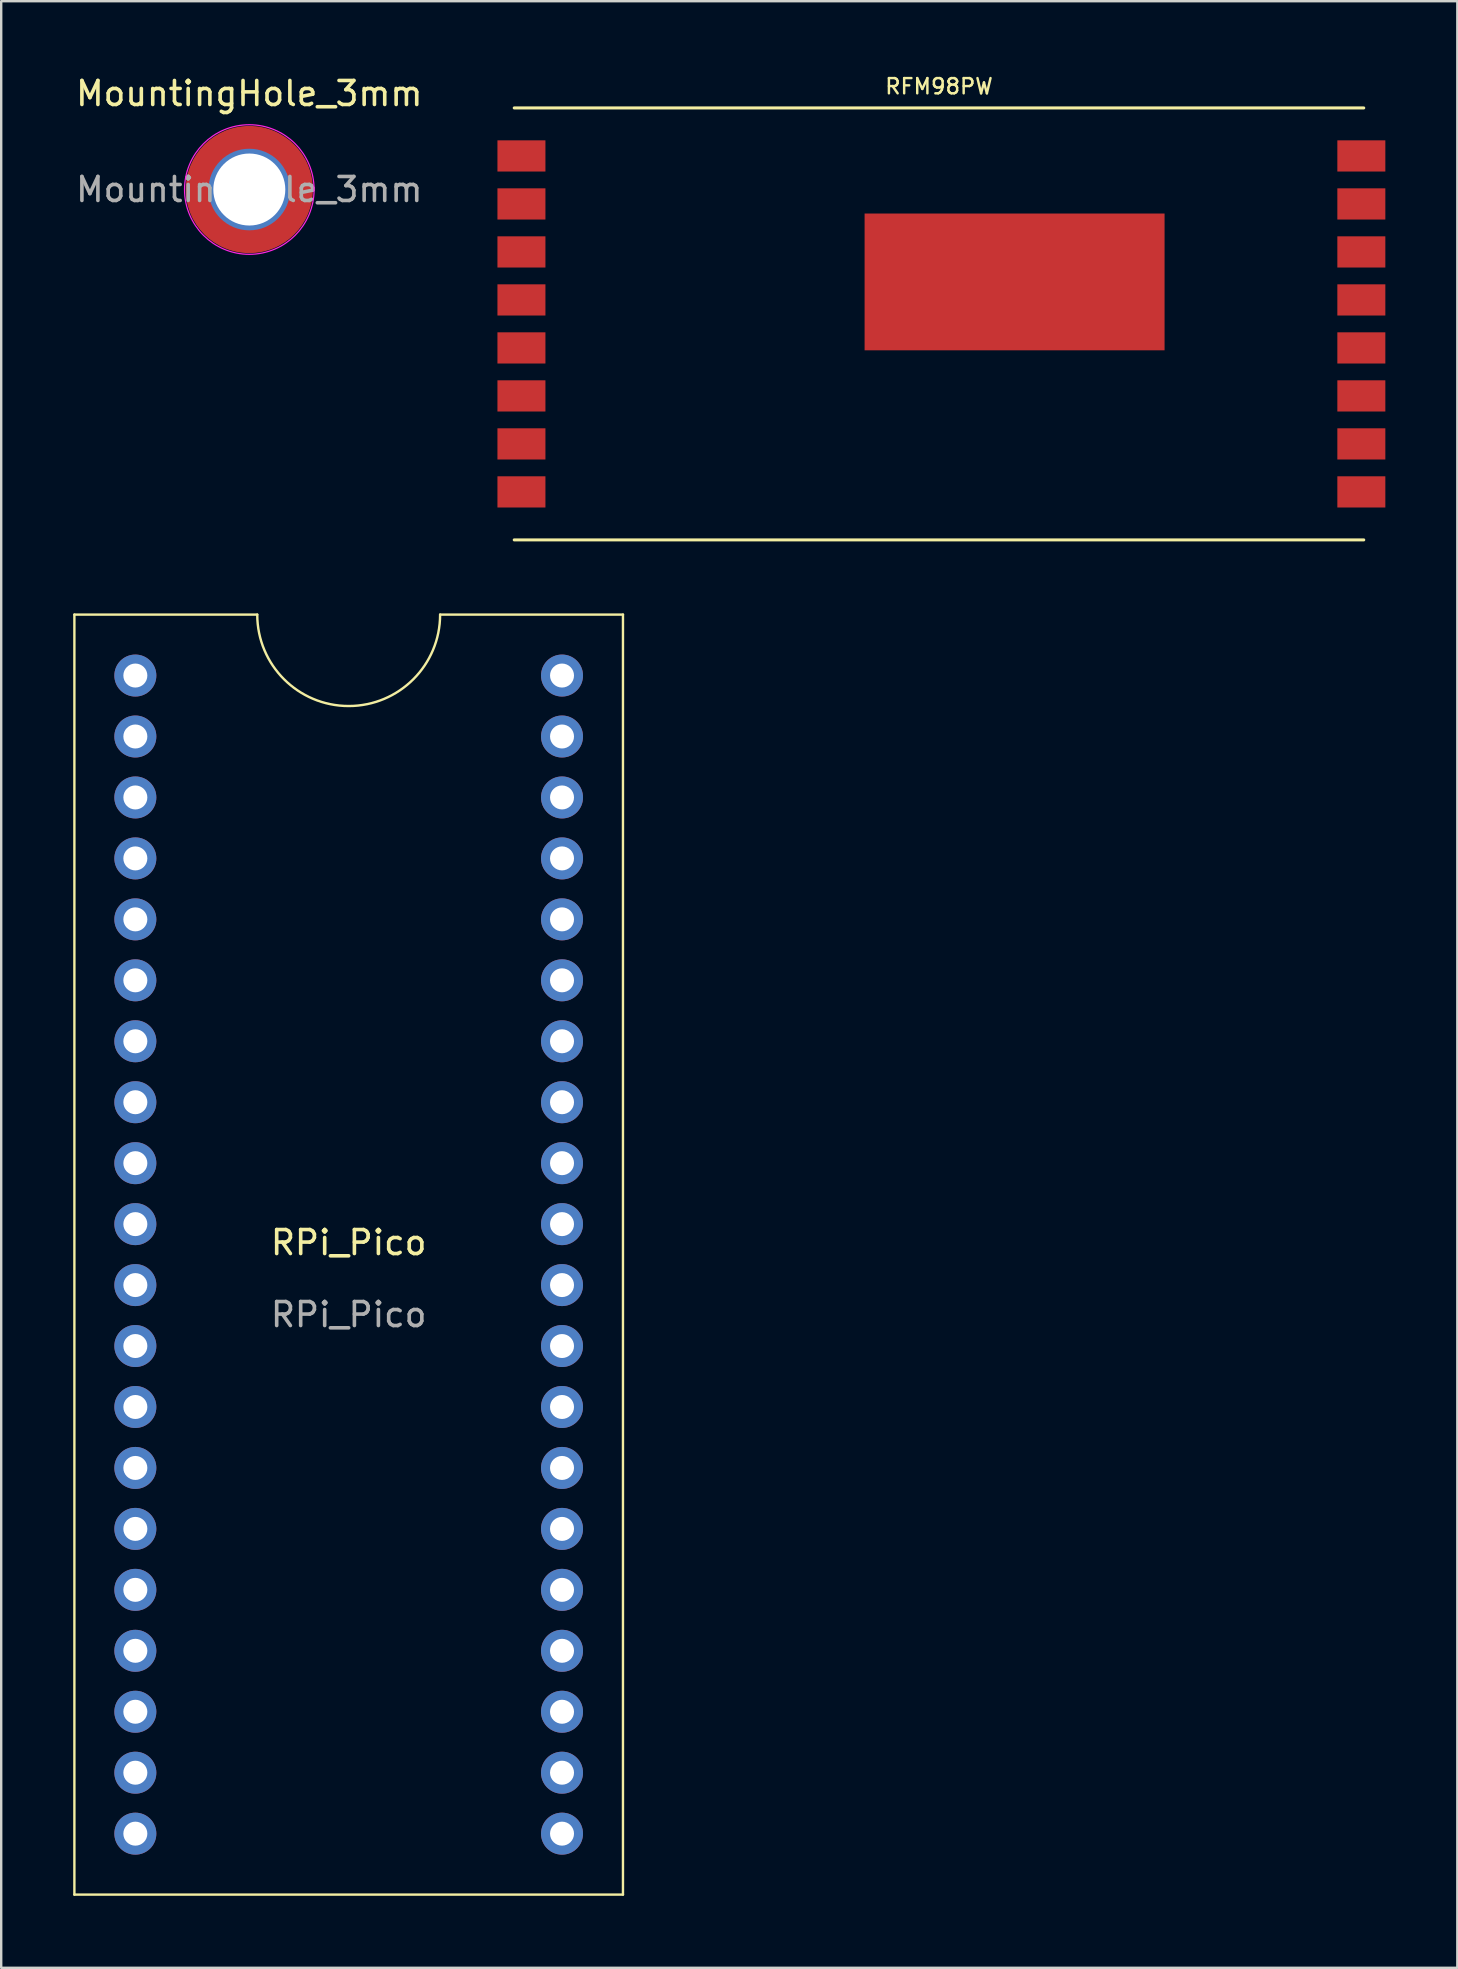
<source format=kicad_pcb>
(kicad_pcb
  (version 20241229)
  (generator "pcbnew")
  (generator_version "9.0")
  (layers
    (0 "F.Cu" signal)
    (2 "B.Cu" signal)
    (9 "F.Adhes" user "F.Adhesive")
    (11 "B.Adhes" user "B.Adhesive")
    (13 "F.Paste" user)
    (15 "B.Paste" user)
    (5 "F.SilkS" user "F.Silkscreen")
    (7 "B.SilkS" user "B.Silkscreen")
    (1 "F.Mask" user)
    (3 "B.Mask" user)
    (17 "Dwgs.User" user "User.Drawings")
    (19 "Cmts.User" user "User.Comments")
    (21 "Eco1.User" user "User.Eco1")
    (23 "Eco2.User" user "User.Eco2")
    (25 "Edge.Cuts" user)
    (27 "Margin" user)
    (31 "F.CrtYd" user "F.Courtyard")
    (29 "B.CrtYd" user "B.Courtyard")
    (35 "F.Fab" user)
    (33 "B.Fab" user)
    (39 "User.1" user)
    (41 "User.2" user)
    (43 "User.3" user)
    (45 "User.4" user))
  (footprint "RFM98PW"
    (layer "F.Cu")
    (at 36.079 9.948)
    (property "Reference" "RFM98PW" (at 0 -9.398 0) (layer "F.SilkS") (effects (font (size 0.635 0.635) (thickness 0.102))))
    (attr smd)
    (fp_line (start -17.7 -8.5) (end 17.7 -8.5) (stroke (width 0.127) (type solid)) (layer "F.SilkS"))
    (fp_line (start -17.7 9.5) (end 17.7 9.5) (stroke (width 0.127) (type solid)) (layer "F.SilkS"))
    (fp_poly (pts (xy 0.076 -1.504) (xy -2.4 -1.504) (xy -2.4 -3.6) (xy 0.076 -3.6)) (stroke (width 0.1) (type solid)) (fill yes) (layer "F.Paste"))
    (fp_poly (pts (xy 0.076 0.908) (xy -2.4 0.908) (xy -2.4 -1.187) (xy 0.076 -1.187)) (stroke (width 0.1) (type solid)) (fill yes) (layer "F.Paste"))
    (fp_poly (pts (xy 2.976 -1.504) (xy 0.5 -1.504) (xy 0.5 -3.6) (xy 2.976 -3.6)) (stroke (width 0.1) (type solid)) (fill yes) (layer "F.Paste"))
    (fp_poly (pts (xy 2.976 0.895) (xy 0.5 0.895) (xy 0.5 -1.2) (xy 2.976 -1.2)) (stroke (width 0.1) (type solid)) (fill yes) (layer "F.Paste"))
    (fp_poly (pts (xy 5.877 -1.504) (xy 3.4 -1.504) (xy 3.4 -3.6) (xy 5.877 -3.6)) (stroke (width 0.1) (type solid)) (fill yes) (layer "F.Paste"))
    (fp_poly (pts (xy 5.877 0.895) (xy 3.4 0.895) (xy 3.4 -1.2) (xy 5.877 -1.2)) (stroke (width 0.1) (type solid)) (fill yes) (layer "F.Paste"))
    (fp_poly (pts (xy 8.753 -1.504) (xy 6.277 -1.504) (xy 6.277 -3.6) (xy 8.753 -3.6)) (stroke (width 0.1) (type solid)) (fill yes) (layer "F.Paste"))
    (fp_poly (pts (xy 8.753 0.908) (xy 6.277 0.908) (xy 6.277 -1.187) (xy 8.753 -1.187)) (stroke (width 0.1) (type solid)) (fill yes) (layer "F.Paste"))
    (pad "1" smd rect (at 17.6 7.5) (size 2 1.3) (layers "F.Cu" "F.Mask" "F.Paste"))
    (pad "2" smd rect (at 17.6 5.5) (size 2 1.3) (layers "F.Cu" "F.Mask" "F.Paste"))
    (pad "3" smd rect (at 17.6 3.5) (size 2 1.3) (layers "F.Cu" "F.Mask" "F.Paste"))
    (pad "4" smd rect (at 17.6 1.5) (size 2 1.3) (layers "F.Cu" "F.Mask" "F.Paste"))
    (pad "5" smd rect (at 17.6 -0.5) (size 2 1.3) (layers "F.Cu" "F.Mask" "F.Paste"))
    (pad "6" smd rect (at 17.6 -2.5) (size 2 1.3) (layers "F.Cu" "F.Mask" "F.Paste"))
    (pad "7" smd rect (at 17.6 -4.5) (size 2 1.3) (layers "F.Cu" "F.Mask" "F.Paste"))
    (pad "8" smd rect (at 17.6 -6.5) (size 2 1.3) (layers "F.Cu" "F.Mask" "F.Paste"))
    (pad "9" smd rect (at -17.4 -6.5) (size 2 1.3) (layers "F.Cu" "F.Mask" "F.Paste"))
    (pad "10" smd rect (at -17.4 -4.5) (size 2 1.3) (layers "F.Cu" "F.Mask" "F.Paste"))
    (pad "11" smd rect (at -17.4 -2.5) (size 2 1.3) (layers "F.Cu" "F.Mask" "F.Paste"))
    (pad "12" smd rect (at -17.4 -0.5) (size 2 1.3) (layers "F.Cu" "F.Mask" "F.Paste"))
    (pad "13" smd rect (at -17.4 1.5) (size 2 1.3) (layers "F.Cu" "F.Mask" "F.Paste"))
    (pad "14" smd rect (at -17.4 3.5) (size 2 1.3) (layers "F.Cu" "F.Mask" "F.Paste"))
    (pad "15" smd rect (at -17.4 5.5) (size 2 1.3) (layers "F.Cu" "F.Mask" "F.Paste"))
    (pad "16" smd rect (at -17.4 7.5) (size 2 1.3) (layers "F.Cu" "F.Mask" "F.Paste"))
    (pad "17" smd rect (at 3.15 -1.25) (size 12.5 5.7) (layers "F.Cu" "F.Mask")))
  (footprint "RPi_Pico"
    (layer "F.Cu")
    (at 11.48 49.231)
    (property "Reference" "RPi_Pico" (at 0 -0.5 0) (unlocked yes) (layer "F.SilkS") (effects (font (size 1 1) (thickness 0.15))))
    (attr through_hole)
    (fp_line (start -11.43 -26.67) (end -11.43 26.67) (stroke (width 0.1) (type default)) (layer "F.SilkS"))
    (fp_line (start -11.43 -26.67) (end -3.81 -26.67) (stroke (width 0.1) (type default)) (layer "F.SilkS"))
    (fp_line (start -11.43 26.67) (end 11.43 26.67) (stroke (width 0.1) (type default)) (layer "F.SilkS"))
    (fp_line (start 3.81 -26.67) (end 11.43 -26.67) (stroke (width 0.1) (type default)) (layer "F.SilkS"))
    (fp_line (start 11.43 26.67) (end 11.43 -26.67) (stroke (width 0.1) (type default)) (layer "F.SilkS"))
    (fp_arc (start 3.81 -26.67) (mid 0 -22.86) (end -3.81 -26.67) (stroke (width 0.1) (type default)) (layer "F.SilkS"))
    (fp_text user "${REFERENCE}" (at 0 2.5 0) (unlocked yes) (layer "F.Fab") (effects (font (size 1 1) (thickness 0.15))))
    (pad "1" thru_hole circle (at -8.89 -24.13) (size 1.75 1.75) (drill 1) (layers "*.Cu" "*.Mask"))
    (pad "2" thru_hole circle (at -8.89 -21.59) (size 1.75 1.75) (drill 1) (layers "*.Cu" "*.Mask"))
    (pad "3" thru_hole circle (at -8.89 -19.05) (size 1.75 1.75) (drill 1) (layers "*.Cu" "*.Mask"))
    (pad "4" thru_hole circle (at -8.89 -16.51) (size 1.75 1.75) (drill 1) (layers "*.Cu" "*.Mask"))
    (pad "5" thru_hole circle (at -8.89 -13.97) (size 1.75 1.75) (drill 1) (layers "*.Cu" "*.Mask"))
    (pad "6" thru_hole circle (at -8.89 -11.43) (size 1.75 1.75) (drill 1) (layers "*.Cu" "*.Mask"))
    (pad "7" thru_hole circle (at -8.89 -8.89) (size 1.75 1.75) (drill 1) (layers "*.Cu" "*.Mask"))
    (pad "8" thru_hole circle (at -8.89 -6.35) (size 1.75 1.75) (drill 1) (layers "*.Cu" "*.Mask"))
    (pad "9" thru_hole circle (at -8.89 -3.81) (size 1.75 1.75) (drill 1) (layers "*.Cu" "*.Mask"))
    (pad "10" thru_hole circle (at -8.89 -1.27) (size 1.75 1.75) (drill 1) (layers "*.Cu" "*.Mask"))
    (pad "11" thru_hole circle (at -8.89 1.27) (size 1.75 1.75) (drill 1) (layers "*.Cu" "*.Mask"))
    (pad "12" thru_hole circle (at -8.89 3.81) (size 1.75 1.75) (drill 1) (layers "*.Cu" "*.Mask"))
    (pad "13" thru_hole circle (at -8.89 6.35) (size 1.75 1.75) (drill 1) (layers "*.Cu" "*.Mask"))
    (pad "14" thru_hole circle (at -8.89 8.89) (size 1.75 1.75) (drill 1) (layers "*.Cu" "*.Mask"))
    (pad "15" thru_hole circle (at -8.89 11.43) (size 1.75 1.75) (drill 1) (layers "*.Cu" "*.Mask"))
    (pad "16" thru_hole circle (at -8.89 13.97) (size 1.75 1.75) (drill 1) (layers "*.Cu" "*.Mask"))
    (pad "17" thru_hole circle (at -8.89 16.51) (size 1.75 1.75) (drill 1) (layers "*.Cu" "*.Mask"))
    (pad "18" thru_hole circle (at -8.89 19.05) (size 1.75 1.75) (drill 1) (layers "*.Cu" "*.Mask"))
    (pad "19" thru_hole circle (at -8.89 21.59) (size 1.75 1.75) (drill 1) (layers "*.Cu" "*.Mask"))
    (pad "20" thru_hole circle (at -8.89 24.13) (size 1.75 1.75) (drill 1) (layers "*.Cu" "*.Mask"))
    (pad "21" thru_hole circle (at 8.89 24.13) (size 1.75 1.75) (drill 1) (layers "*.Cu" "*.Mask"))
    (pad "22" thru_hole circle (at 8.89 21.59) (size 1.75 1.75) (drill 1) (layers "*.Cu" "*.Mask"))
    (pad "23" thru_hole circle (at 8.89 19.05) (size 1.75 1.75) (drill 1) (layers "*.Cu" "*.Mask"))
    (pad "24" thru_hole circle (at 8.89 16.51) (size 1.75 1.75) (drill 1) (layers "*.Cu" "*.Mask"))
    (pad "25" thru_hole circle (at 8.89 13.97) (size 1.75 1.75) (drill 1) (layers "*.Cu" "*.Mask"))
    (pad "26" thru_hole circle (at 8.89 11.43) (size 1.75 1.75) (drill 1) (layers "*.Cu" "*.Mask"))
    (pad "27" thru_hole circle (at 8.89 8.89) (size 1.75 1.75) (drill 1) (layers "*.Cu" "*.Mask"))
    (pad "28" thru_hole circle (at 8.89 6.35) (size 1.75 1.75) (drill 1) (layers "*.Cu" "*.Mask"))
    (pad "29" thru_hole circle (at 8.89 3.81) (size 1.75 1.75) (drill 1) (layers "*.Cu" "*.Mask"))
    (pad "30" thru_hole circle (at 8.89 1.27) (size 1.75 1.75) (drill 1) (layers "*.Cu" "*.Mask"))
    (pad "31" thru_hole circle (at 8.89 -1.27) (size 1.75 1.75) (drill 1) (layers "*.Cu" "*.Mask"))
    (pad "32" thru_hole circle (at 8.89 -3.81) (size 1.75 1.75) (drill 1) (layers "*.Cu" "*.Mask"))
    (pad "33" thru_hole circle (at 8.89 -6.35) (size 1.75 1.75) (drill 1) (layers "*.Cu" "*.Mask"))
    (pad "34" thru_hole circle (at 8.89 -8.89) (size 1.75 1.75) (drill 1) (layers "*.Cu" "*.Mask"))
    (pad "35" thru_hole circle (at 8.89 -11.43) (size 1.75 1.75) (drill 1) (layers "*.Cu" "*.Mask"))
    (pad "36" thru_hole circle (at 8.89 -13.97) (size 1.75 1.75) (drill 1) (layers "*.Cu" "*.Mask"))
    (pad "37" thru_hole circle (at 8.89 -16.51) (size 1.75 1.75) (drill 1) (layers "*.Cu" "*.Mask"))
    (pad "38" thru_hole circle (at 8.89 -19.05) (size 1.75 1.75) (drill 1) (layers "*.Cu" "*.Mask"))
    (pad "39" thru_hole circle (at 8.89 -21.59) (size 1.75 1.75) (drill 1) (layers "*.Cu" "*.Mask"))
    (pad "40" thru_hole circle (at 8.89 -24.13) (size 1.75 1.75) (drill 1) (layers "*.Cu" "*.Mask")))
  (footprint "MountingHole_3mm"
    (layer "F.Cu")
    (at 7.339 4.848)
    (property "Reference" "MountingHole_3mm" (at 0 -4 0) (layer "F.SilkS") (effects (font (size 1 1) (thickness 0.15))))
    (attr exclude_from_pos_files exclude_from_bom)
    (fp_circle (center 0 0) (end 2.7 0) (stroke (width 0.05) (type solid)) (fill no) (layer "F.CrtYd"))
    (fp_text user "${REFERENCE}" (at 0 0 0) (layer "F.Fab") (effects (font (size 1 1) (thickness 0.15))))
    (pad "1" thru_hole circle (at 0 0) (size 3.4 3.4) (drill 3) (layers "*.Cu" "*.Mask"))
    (pad "1" connect circle (at 0 0) (size 5.3 5.3) (layers "F.Cu" "F.Mask")))
  (gr_rect
    (start -3 -3)
    (end 57.679 78.951)
    (stroke (width 0.1) (type default))
    (fill no)
    (layer "Edge.Cuts")))
</source>
